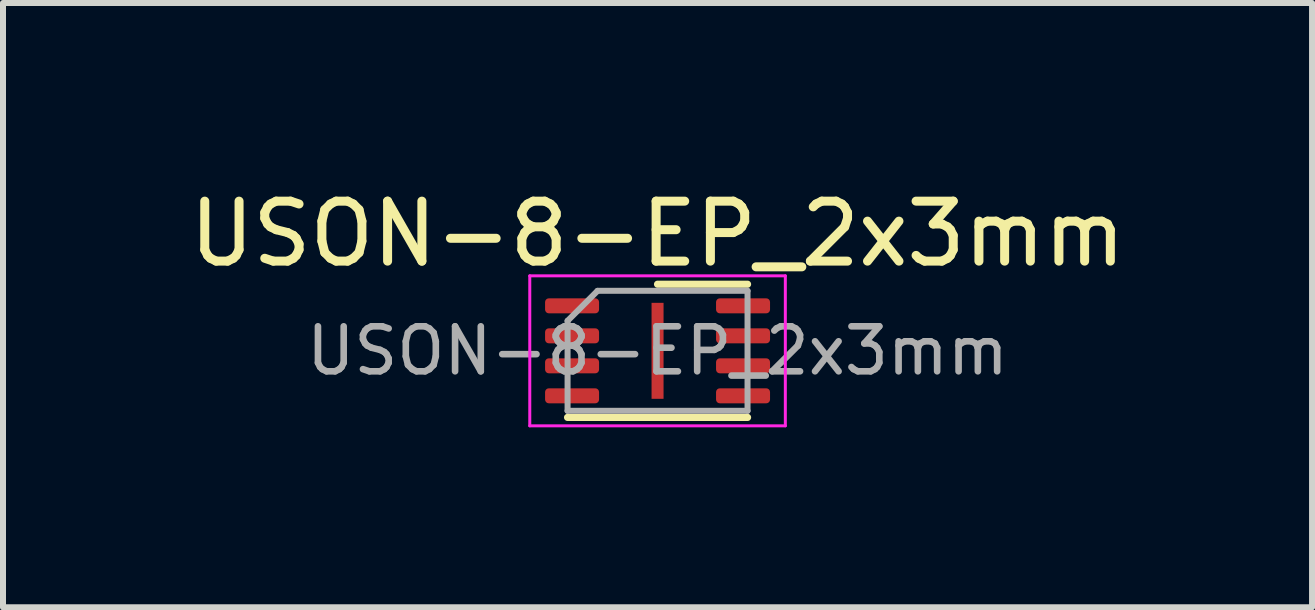
<source format=kicad_pcb>
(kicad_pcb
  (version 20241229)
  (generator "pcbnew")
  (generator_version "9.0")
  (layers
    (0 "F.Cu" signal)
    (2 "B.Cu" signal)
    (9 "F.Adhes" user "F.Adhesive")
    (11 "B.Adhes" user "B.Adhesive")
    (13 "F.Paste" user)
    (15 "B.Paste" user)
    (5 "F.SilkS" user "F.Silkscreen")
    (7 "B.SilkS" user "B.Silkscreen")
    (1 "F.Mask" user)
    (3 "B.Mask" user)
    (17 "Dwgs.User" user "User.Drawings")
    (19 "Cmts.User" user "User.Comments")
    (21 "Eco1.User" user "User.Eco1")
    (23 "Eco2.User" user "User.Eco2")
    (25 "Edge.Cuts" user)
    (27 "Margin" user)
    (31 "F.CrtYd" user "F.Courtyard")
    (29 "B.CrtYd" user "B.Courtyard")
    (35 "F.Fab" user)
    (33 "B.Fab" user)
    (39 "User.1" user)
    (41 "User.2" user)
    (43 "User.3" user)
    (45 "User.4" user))
  (footprint "USON-8-EP_2x3mm"
    (layer "F.Cu")
    (at 7.911 2.798)
    (property "Reference" "USON-8-EP_2x3mm" (at 0 -1.95 0) (layer "F.SilkS") (effects (font (size 1 1) (thickness 0.15))))
    (attr smd)
    (fp_line (start -1.5 1.11) (end 1.5 1.11) (stroke (width 0.12) (type solid)) (layer "F.SilkS"))
    (fp_line (start 0 -1.11) (end 1.5 -1.11) (stroke (width 0.12) (type solid)) (layer "F.SilkS"))
    (fp_line (start -2.13 -1.25) (end -2.13 1.25) (stroke (width 0.05) (type solid)) (layer "F.CrtYd"))
    (fp_line (start -2.13 1.25) (end 2.13 1.25) (stroke (width 0.05) (type solid)) (layer "F.CrtYd"))
    (fp_line (start 2.13 -1.25) (end -2.13 -1.25) (stroke (width 0.05) (type solid)) (layer "F.CrtYd"))
    (fp_line (start 2.13 1.25) (end 2.13 -1.25) (stroke (width 0.05) (type solid)) (layer "F.CrtYd"))
    (fp_line (start -1.5 -0.5) (end -1 -1) (stroke (width 0.1) (type solid)) (layer "F.Fab"))
    (fp_line (start -1.5 1) (end -1.5 -0.5) (stroke (width 0.1) (type solid)) (layer "F.Fab"))
    (fp_line (start -1 -1) (end 1.5 -1) (stroke (width 0.1) (type solid)) (layer "F.Fab"))
    (fp_line (start 1.5 -1) (end 1.5 1) (stroke (width 0.1) (type solid)) (layer "F.Fab"))
    (fp_line (start 1.5 1) (end -1.5 1) (stroke (width 0.1) (type solid)) (layer "F.Fab"))
    (fp_text user "${REFERENCE}" (at 0 0 0) (layer "F.Fab") (effects (font (size 0.75 0.75) (thickness 0.11))))
    (pad "" smd roundrect (at 0 0) (size 0.16 1.29) (layers "F.Paste") (roundrect_rratio 0.25))
    (pad "1" smd roundrect (at -1.425 -0.75) (size 0.9 0.25) (layers "F.Cu" "F.Mask" "F.Paste") (roundrect_rratio 0.25))
    (pad "2" smd roundrect (at -1.425 -0.25) (size 0.9 0.25) (layers "F.Cu" "F.Mask" "F.Paste") (roundrect_rratio 0.25))
    (pad "3" smd roundrect (at -1.425 0.25) (size 0.9 0.25) (layers "F.Cu" "F.Mask" "F.Paste") (roundrect_rratio 0.25))
    (pad "4" smd roundrect (at -1.425 0.75) (size 0.9 0.25) (layers "F.Cu" "F.Mask" "F.Paste") (roundrect_rratio 0.25))
    (pad "5" smd roundrect (at 1.425 0.75) (size 0.9 0.25) (layers "F.Cu" "F.Mask" "F.Paste") (roundrect_rratio 0.25))
    (pad "6" smd roundrect (at 1.425 0.25) (size 0.9 0.25) (layers "F.Cu" "F.Mask" "F.Paste") (roundrect_rratio 0.25))
    (pad "7" smd roundrect (at 1.425 -0.25) (size 0.9 0.25) (layers "F.Cu" "F.Mask" "F.Paste") (roundrect_rratio 0.25))
    (pad "8" smd roundrect (at 1.425 -0.75) (size 0.9 0.25) (layers "F.Cu" "F.Mask" "F.Paste") (roundrect_rratio 0.25))
    (pad "9" smd rect (at 0 0) (size 0.2 1.6) (layers "F.Cu" "F.Mask")))
  (gr_rect
    (start -3 -3)
    (end 18.821 7.073)
    (stroke (width 0.1) (type default))
    (fill no)
    (layer "Edge.Cuts")))
</source>
